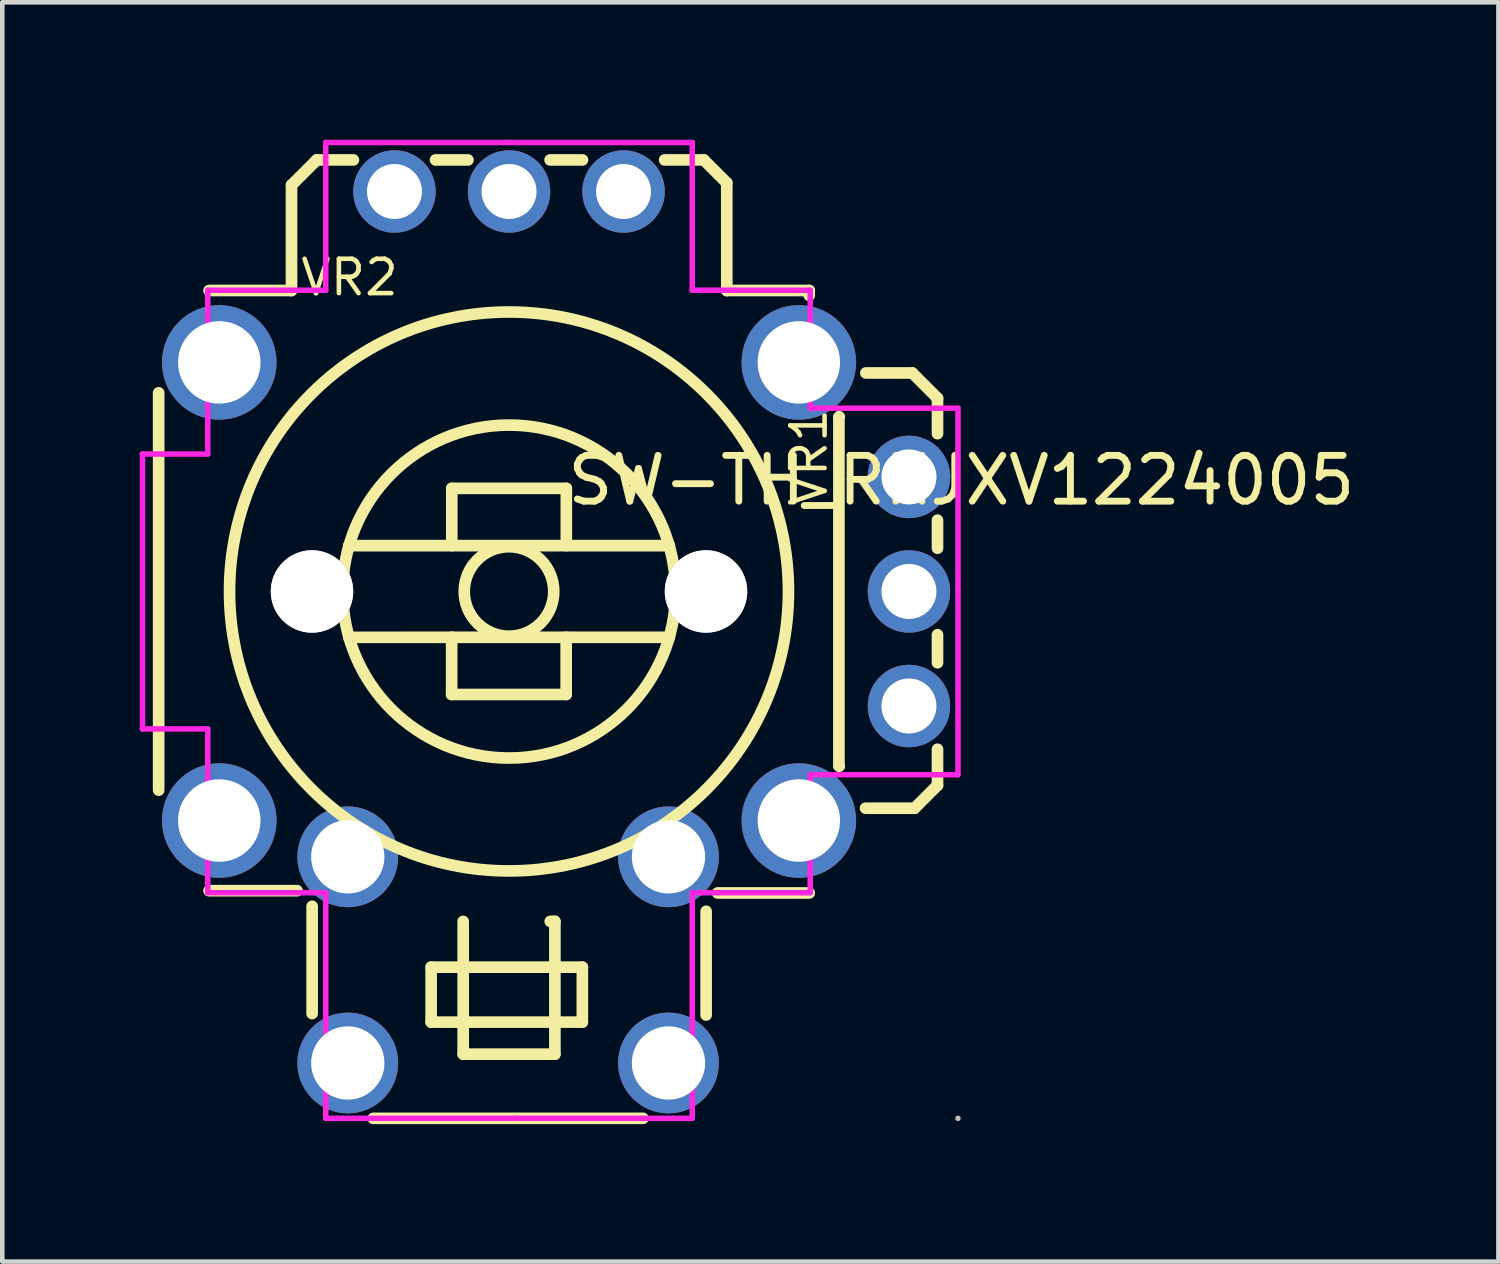
<source format=kicad_pcb>
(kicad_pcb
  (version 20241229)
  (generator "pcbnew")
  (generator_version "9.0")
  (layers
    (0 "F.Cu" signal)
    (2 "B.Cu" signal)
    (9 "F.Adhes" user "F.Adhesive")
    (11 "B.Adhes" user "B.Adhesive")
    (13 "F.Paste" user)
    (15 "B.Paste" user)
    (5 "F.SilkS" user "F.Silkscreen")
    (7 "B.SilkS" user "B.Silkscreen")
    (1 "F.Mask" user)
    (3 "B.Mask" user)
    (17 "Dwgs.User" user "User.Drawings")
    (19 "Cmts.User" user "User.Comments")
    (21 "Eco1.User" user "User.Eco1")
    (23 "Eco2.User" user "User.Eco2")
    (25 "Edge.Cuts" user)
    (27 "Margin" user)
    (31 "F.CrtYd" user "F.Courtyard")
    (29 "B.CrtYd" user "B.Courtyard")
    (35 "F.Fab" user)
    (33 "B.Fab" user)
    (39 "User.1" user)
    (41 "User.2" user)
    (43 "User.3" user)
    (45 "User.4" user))
  (footprint "SW-TH_RKJXV1224005"
    (layer "F.Cu")
    (at 9.263 10.641)
    (property "Reference" "SW-TH_RKJXV1224005" (at 0 -3.207 0) (layer "F.SilkS") (effects (font (size 1 1) (thickness 0.15)) (justify left)))
    (attr through_hole)
    (fp_line (start -8.85 -5.117) (end -8.85 3.556) (stroke (width 0.254) (type solid)) (layer "F.SilkS"))
    (fp_line (start -7.75 -7.35) (end -5.95 -7.35) (stroke (width 0.254) (type solid)) (layer "F.SilkS"))
    (fp_line (start -7.75 5.75) (end -5.828 5.75) (stroke (width 0.254) (type solid)) (layer "F.SilkS"))
    (fp_line (start -5.95 -9.65) (end -5.4 -10.2) (stroke (width 0.254) (type solid)) (layer "F.SilkS"))
    (fp_line (start -5.95 -7.35) (end -5.95 -9.65) (stroke (width 0.254) (type solid)) (layer "F.SilkS"))
    (fp_line (start -5.5 6.09) (end -5.5 8.432) (stroke (width 0.254) (type solid)) (layer "F.SilkS"))
    (fp_line (start -5.4 -10.2) (end -4.599 -10.2) (stroke (width 0.254) (type solid)) (layer "F.SilkS"))
    (fp_line (start -4.702 -1.781) (end 2.298 -1.781) (stroke (width 0.254) (type solid)) (layer "F.SilkS"))
    (fp_line (start -4.702 0.22) (end 2.298 0.219) (stroke (width 0.254) (type solid)) (layer "F.SilkS"))
    (fp_line (start -4.166 10.719) (end 1.723 10.719) (stroke (width 0.254) (type solid)) (layer "F.SilkS"))
    (fp_line (start -2.902 7.419) (end 0.398 7.419) (stroke (width 0.254) (type solid)) (layer "F.SilkS"))
    (fp_line (start -2.902 8.619) (end -2.902 7.419) (stroke (width 0.254) (type solid)) (layer "F.SilkS"))
    (fp_line (start -2.806 -10.2) (end -2.099 -10.2) (stroke (width 0.254) (type solid)) (layer "F.SilkS"))
    (fp_line (start -2.455 1.467) (end -2.455 0.217) (stroke (width 0.254) (type solid)) (layer "F.SilkS"))
    (fp_line (start -2.452 -3.031) (end 0.048 -3.031) (stroke (width 0.254) (type solid)) (layer "F.SilkS"))
    (fp_line (start -2.452 -1.781) (end -2.452 -3.031) (stroke (width 0.254) (type solid)) (layer "F.SilkS"))
    (fp_line (start -2.203 6.42) (end -2.203 9.318) (stroke (width 0.254) (type solid)) (layer "F.SilkS"))
    (fp_line (start -2.203 9.318) (end -0.202 9.318) (stroke (width 0.254) (type solid)) (layer "F.SilkS"))
    (fp_line (start -0.306 -10.2) (end 0.401 -10.2) (stroke (width 0.254) (type solid)) (layer "F.SilkS"))
    (fp_line (start -0.202 6.42) (end -0.303 6.42) (stroke (width 0.254) (type solid)) (layer "F.SilkS"))
    (fp_line (start -0.202 9.318) (end -0.202 6.42) (stroke (width 0.254) (type solid)) (layer "F.SilkS"))
    (fp_line (start 0.045 0.217) (end 0.045 1.467) (stroke (width 0.254) (type solid)) (layer "F.SilkS"))
    (fp_line (start 0.045 1.467) (end -2.455 1.467) (stroke (width 0.254) (type solid)) (layer "F.SilkS"))
    (fp_line (start 0.048 -3.031) (end 0.048 -1.781) (stroke (width 0.254) (type solid)) (layer "F.SilkS"))
    (fp_line (start 0.398 7.419) (end 0.398 8.619) (stroke (width 0.254) (type solid)) (layer "F.SilkS"))
    (fp_line (start 0.398 8.619) (end -2.902 8.619) (stroke (width 0.254) (type solid)) (layer "F.SilkS"))
    (fp_line (start 2.194 -10.2) (end 3.05 -10.2) (stroke (width 0.254) (type solid)) (layer "F.SilkS"))
    (fp_line (start 3.05 -10.2) (end 3.55 -9.7) (stroke (width 0.254) (type solid)) (layer "F.SilkS"))
    (fp_line (start 3.1 6.2) (end 3.1 8.464) (stroke (width 0.254) (type solid)) (layer "F.SilkS"))
    (fp_line (start 3.55 -9.7) (end 3.55 -7.35) (stroke (width 0.254) (type solid)) (layer "F.SilkS"))
    (fp_line (start 3.55 -7.35) (end 5.35 -7.35) (stroke (width 0.254) (type solid)) (layer "F.SilkS"))
    (fp_line (start 5.35 -7.35) (end 5.35 -7.244) (stroke (width 0.254) (type solid)) (layer "F.SilkS"))
    (fp_line (start 5.35 5.8) (end 3.35 5.8) (stroke (width 0.254) (type solid)) (layer "F.SilkS"))
    (fp_line (start 5.998 -4.586) (end 5.998 3.025) (stroke (width 0.254) (type solid)) (layer "F.SilkS"))
    (fp_line (start 6.006 -4.594) (end 5.998 -4.586) (stroke (width 0.254) (type solid)) (layer "F.SilkS"))
    (fp_line (start 6.006 3.033) (end 5.998 3.025) (stroke (width 0.254) (type solid)) (layer "F.SilkS"))
    (fp_line (start 6.586 -5.55) (end 7.6 -5.55) (stroke (width 0.254) (type solid)) (layer "F.SilkS"))
    (fp_line (start 7.6 -5.55) (end 8.15 -5) (stroke (width 0.254) (type solid)) (layer "F.SilkS"))
    (fp_line (start 7.65 3.95) (end 6.579 3.95) (stroke (width 0.254) (type solid)) (layer "F.SilkS"))
    (fp_line (start 8.15 -5) (end 8.15 -4.225) (stroke (width 0.254) (type solid)) (layer "F.SilkS"))
    (fp_line (start 8.15 -2.337) (end 8.15 -1.725) (stroke (width 0.254) (type solid)) (layer "F.SilkS"))
    (fp_line (start 8.15 0.163) (end 8.15 0.775) (stroke (width 0.254) (type solid)) (layer "F.SilkS"))
    (fp_line (start 8.15 2.663) (end 8.15 3.45) (stroke (width 0.254) (type solid)) (layer "F.SilkS"))
    (fp_line (start 8.15 3.45) (end 7.65 3.95) (stroke (width 0.254) (type solid)) (layer "F.SilkS"))
    (fp_circle (center -1.203 -0.781) (end -0.226 -0.781) (stroke (width 0.254) (type solid)) (fill no) (layer "F.SilkS"))
    (fp_circle (center -1.203 -0.781) (end 4.897 -0.781) (stroke (width 0.254) (type solid)) (fill no) (layer "F.SilkS"))
    (fp_circle (center -1.201 -0.779) (end 2.433 -0.779) (stroke (width 0.254) (type solid)) (fill no) (layer "F.SilkS"))
    (fp_circle (center -5.503 -0.781) (end -5.053 -0.781) (stroke (width 0.9) (type solid)) (fill no) (layer "Dwgs.User"))
    (fp_circle (center 3.097 -0.781) (end 3.547 -0.781) (stroke (width 0.9) (type solid)) (fill no) (layer "Dwgs.User"))
    (fp_circle (center 8.597 10.719) (end 8.627 10.719) (stroke (width 0.06) (type solid)) (fill no) (layer "Dwgs.User"))
    (fp_circle (center 8.597 10.719) (end 8.627 10.719) (stroke (width 0.06) (type solid)) (fill no) (layer "Eco2.User"))
    (fp_poly (pts (xy -7.778 -5.181) (xy -7.778 -6.381) (xy -7.478 -6.381) (xy -7.478 -5.181)) (stroke (width 0.12) (type solid)) (fill no) (layer "Eco2.User"))
    (fp_poly (pts (xy -7.778 4.819) (xy -7.778 3.619) (xy -7.478 3.619) (xy -7.478 4.819)) (stroke (width 0.12) (type solid)) (fill no) (layer "Eco2.User"))
    (fp_poly (pts (xy -4.872 5.461) (xy -4.872 4.561) (xy -4.572 4.561) (xy -4.572 5.461)) (stroke (width 0.12) (type solid)) (fill no) (layer "Eco2.User"))
    (fp_poly (pts (xy -4.872 9.961) (xy -4.872 9.061) (xy -4.572 9.061) (xy -4.572 9.961)) (stroke (width 0.12) (type solid)) (fill no) (layer "Eco2.User"))
    (fp_poly (pts (xy -4.153 -9.661) (xy -3.253 -9.661) (xy -3.253 -9.361) (xy -4.153 -9.361)) (stroke (width 0.12) (type solid)) (fill no) (layer "Eco2.User"))
    (fp_poly (pts (xy -1.652 -9.661) (xy -0.752 -9.661) (xy -0.752 -9.361) (xy -1.652 -9.361)) (stroke (width 0.12) (type solid)) (fill no) (layer "Eco2.User"))
    (fp_poly (pts (xy 1.747 -9.361) (xy 0.847 -9.361) (xy 0.847 -9.661) (xy 1.747 -9.661)) (stroke (width 0.12) (type solid)) (fill no) (layer "Eco2.User"))
    (fp_poly (pts (xy 2.128 5.461) (xy 2.128 4.561) (xy 2.428 4.561) (xy 2.428 5.461)) (stroke (width 0.12) (type solid)) (fill no) (layer "Eco2.User"))
    (fp_poly (pts (xy 2.128 9.961) (xy 2.128 9.061) (xy 2.428 9.061) (xy 2.428 9.961)) (stroke (width 0.12) (type solid)) (fill no) (layer "Eco2.User"))
    (fp_poly (pts (xy 5.072 -5.181) (xy 5.072 -6.381) (xy 5.372 -6.381) (xy 5.372 -5.181)) (stroke (width 0.12) (type solid)) (fill no) (layer "Eco2.User"))
    (fp_poly (pts (xy 5.072 4.819) (xy 5.072 3.619) (xy 5.372 3.619) (xy 5.372 4.819)) (stroke (width 0.12) (type solid)) (fill no) (layer "Eco2.User"))
    (fp_poly (pts (xy 7.377 -2.831) (xy 7.377 -3.731) (xy 7.677 -3.731) (xy 7.677 -2.831)) (stroke (width 0.12) (type solid)) (fill no) (layer "Eco2.User"))
    (fp_poly (pts (xy 7.377 -0.331) (xy 7.377 -1.231) (xy 7.677 -1.231) (xy 7.677 -0.331)) (stroke (width 0.12) (type solid)) (fill no) (layer "Eco2.User"))
    (fp_poly (pts (xy 7.377 2.169) (xy 7.377 1.269) (xy 7.677 1.269) (xy 7.677 2.169)) (stroke (width 0.12) (type solid)) (fill no) (layer "Eco2.User"))
    (fp_line (start -9.203 -3.781) (end -7.778 -3.781) (stroke (width 0.12) (type solid)) (layer "F.CrtYd"))
    (fp_line (start -9.203 2.219) (end -9.203 -3.781) (stroke (width 0.12) (type solid)) (layer "F.CrtYd"))
    (fp_line (start -7.778 -7.356) (end -5.203 -7.356) (stroke (width 0.12) (type solid)) (layer "F.CrtYd"))
    (fp_line (start -7.778 -3.781) (end -7.778 -7.356) (stroke (width 0.12) (type solid)) (layer "F.CrtYd"))
    (fp_line (start -7.778 2.219) (end -9.203 2.219) (stroke (width 0.12) (type solid)) (layer "F.CrtYd"))
    (fp_line (start -7.778 5.794) (end -7.778 2.219) (stroke (width 0.12) (type solid)) (layer "F.CrtYd"))
    (fp_line (start -5.203 -10.581) (end -1.203 -10.581) (stroke (width 0.12) (type solid)) (layer "F.CrtYd"))
    (fp_line (start -5.203 -7.356) (end -5.203 -10.581) (stroke (width 0.12) (type solid)) (layer "F.CrtYd"))
    (fp_line (start -5.203 5.794) (end -7.778 5.794) (stroke (width 0.12) (type solid)) (layer "F.CrtYd"))
    (fp_line (start -5.203 10.719) (end -5.203 5.794) (stroke (width 0.12) (type solid)) (layer "F.CrtYd"))
    (fp_line (start -1.203 -10.581) (end 2.797 -10.581) (stroke (width 0.12) (type solid)) (layer "F.CrtYd"))
    (fp_line (start -1.053 10.719) (end -5.203 10.719) (stroke (width 0.12) (type solid)) (layer "F.CrtYd"))
    (fp_line (start 2.797 -10.581) (end 2.797 -7.356) (stroke (width 0.12) (type solid)) (layer "F.CrtYd"))
    (fp_line (start 2.797 -7.356) (end 5.372 -7.356) (stroke (width 0.12) (type solid)) (layer "F.CrtYd"))
    (fp_line (start 2.797 5.794) (end 2.797 10.719) (stroke (width 0.12) (type solid)) (layer "F.CrtYd"))
    (fp_line (start 2.797 10.719) (end -1.053 10.719) (stroke (width 0.12) (type solid)) (layer "F.CrtYd"))
    (fp_line (start 5.372 -7.356) (end 5.372 -4.781) (stroke (width 0.12) (type solid)) (layer "F.CrtYd"))
    (fp_line (start 5.372 -4.781) (end 8.597 -4.781) (stroke (width 0.12) (type solid)) (layer "F.CrtYd"))
    (fp_line (start 5.372 3.219) (end 5.372 5.794) (stroke (width 0.12) (type solid)) (layer "F.CrtYd"))
    (fp_line (start 5.372 5.794) (end 2.797 5.794) (stroke (width 0.12) (type solid)) (layer "F.CrtYd"))
    (fp_line (start 8.597 -4.781) (end 8.597 -0.781) (stroke (width 0.12) (type solid)) (layer "F.CrtYd"))
    (fp_line (start 8.597 -0.781) (end 8.597 3.219) (stroke (width 0.12) (type solid)) (layer "F.CrtYd"))
    (fp_line (start 8.597 3.219) (end 5.372 3.219) (stroke (width 0.12) (type solid)) (layer "F.CrtYd"))
    (fp_text user "VR2" (at -5.803 -7.635 0) (layer "F.SilkS") (effects (font (size 0.75 0.75) (thickness 0.1)) (justify left)))
    (fp_text user "VR1" (at 5.343 -2.59 90) (layer "F.SilkS") (effects (font (size 0.75 0.75) (thickness 0.1)) (justify left)))
    (pad "" np_thru_hole circle (at -5.503 -0.781) (size 1.8 1.8) (drill 1.8) (layers "*.Cu" "*.Mask"))
    (pad "" np_thru_hole circle (at 3.097 -0.781) (size 1.8 1.8) (drill 1.8) (layers "*.Cu" "*.Mask"))
    (pad "1" thru_hole circle (at 7.527 1.719) (size 1.8 1.8) (drill 1.2) (layers "*.Cu" "*.Mask"))
    (pad "2" thru_hole circle (at 7.527 -0.781) (size 1.8 1.8) (drill 1.2) (layers "*.Cu" "*.Mask"))
    (pad "3" thru_hole circle (at 7.527 -3.281) (size 1.8 1.8) (drill 1.2) (layers "*.Cu" "*.Mask"))
    (pad "4" thru_hole circle (at 1.297 -9.511) (size 1.8 1.8) (drill 1.2) (layers "*.Cu" "*.Mask"))
    (pad "5" thru_hole circle (at -1.202 -9.511) (size 1.8 1.8) (drill 1.2) (layers "*.Cu" "*.Mask"))
    (pad "6" thru_hole circle (at -3.703 -9.511) (size 1.8 1.8) (drill 1.2) (layers "*.Cu" "*.Mask"))
    (pad "7" thru_hole circle (at -7.527 -5.781) (size 2.5 2.5) (drill 1.8) (layers "*.Cu" "*.Mask"))
    (pad "8" thru_hole circle (at -7.527 4.219) (size 2.5 2.5) (drill 1.8) (layers "*.Cu" "*.Mask"))
    (pad "9" thru_hole circle (at 5.123 4.219) (size 2.5 2.5) (drill 1.8) (layers "*.Cu" "*.Mask"))
    (pad "10" thru_hole circle (at 5.123 -5.781) (size 2.5 2.5) (drill 1.8) (layers "*.Cu" "*.Mask"))
    (pad "a" thru_hole circle (at -4.722 5.011) (size 2.2 2.2) (drill 1.6) (layers "*.Cu" "*.Mask"))
    (pad "b" thru_hole circle (at -4.722 9.511) (size 2.2 2.2) (drill 1.6) (layers "*.Cu" "*.Mask"))
    (pad "c" thru_hole circle (at 2.278 5.011) (size 2.2 2.2) (drill 1.6) (layers "*.Cu" "*.Mask"))
    (pad "d" thru_hole circle (at 2.278 9.511) (size 2.2 2.2) (drill 1.6) (layers "*.Cu" "*.Mask")))
  (gr_rect
    (start -3 -3)
    (end 29.656 24.487)
    (stroke (width 0.1) (type default))
    (fill no)
    (layer "Edge.Cuts")))
</source>
